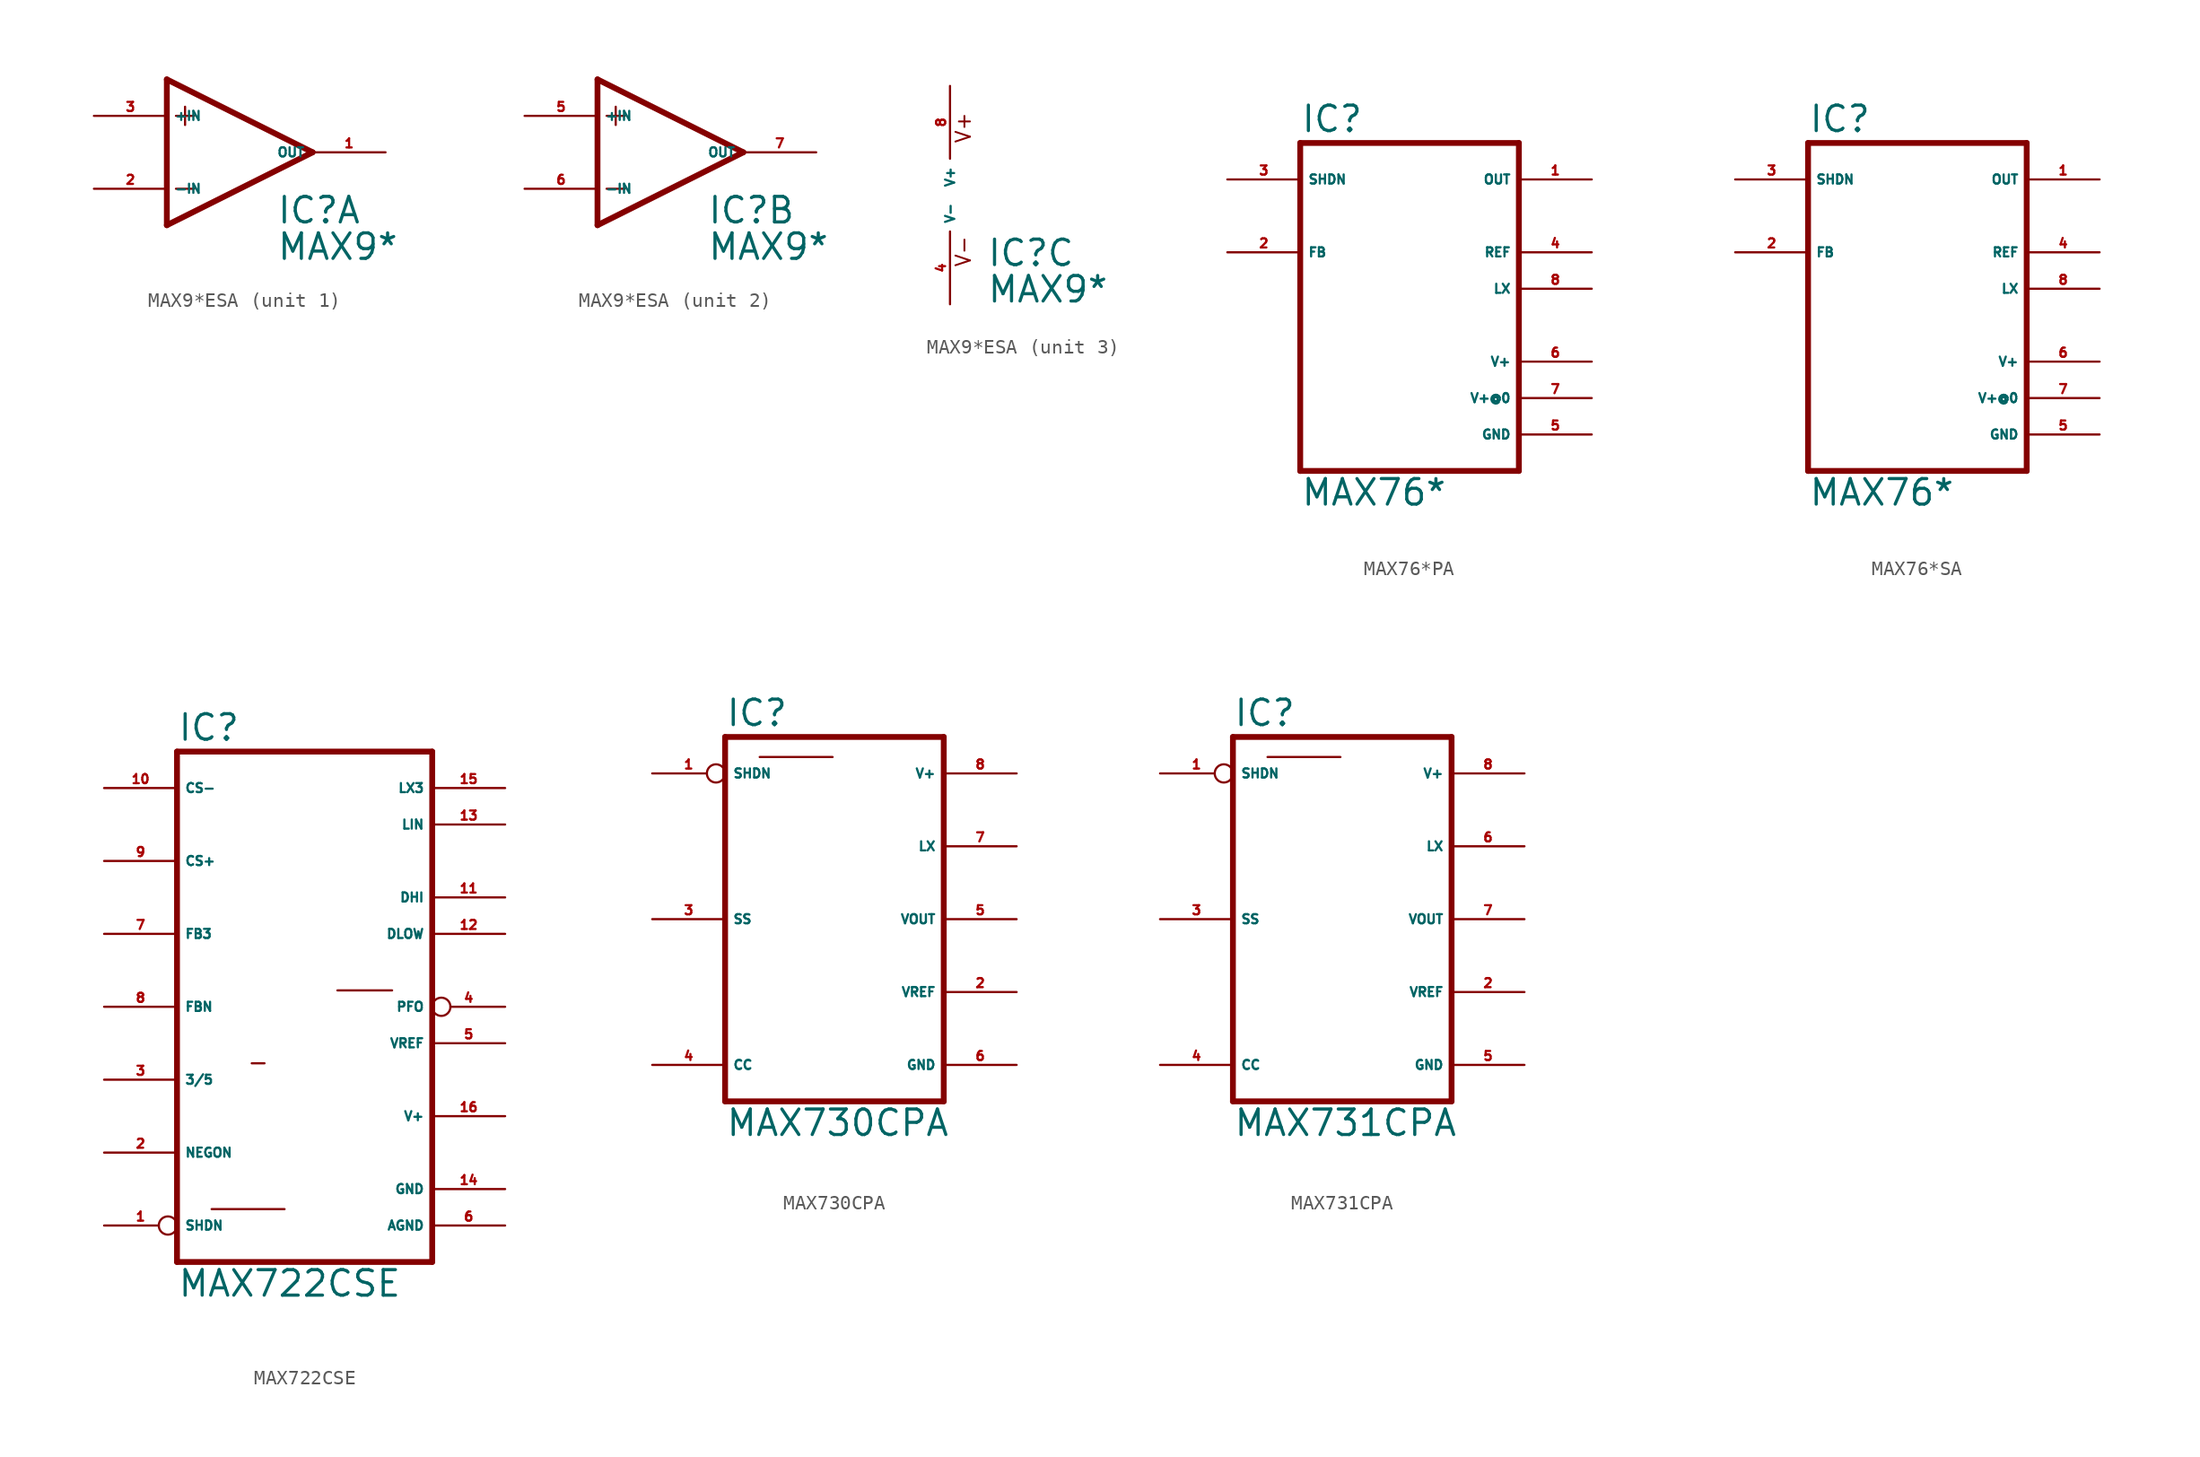
<source format=kicad_sym>
(kicad_symbol_lib
  (version 20220914)
  (generator Eagle2Kicad)
  (symbol "MAX9*ESA"
    (property "Reference" "IC"
      (at 2.54 -5.08 0)
      (effects (font (size 1.778 1.778) (thickness 0.22)) (justify left bottom)))
    (property "Value" "MAX9*"
      (at 2.54 -7.62 0)
      (effects (font (size 1.778 1.778) (thickness 0.22)) (justify left bottom)))
    (symbol "MAX9*ESA_1_0"
      (polyline (pts (xy -3.81 3.175) (xy -3.81 1.905)) (stroke (width 0.152) (type default)) (fill (type none)))
      (polyline (pts (xy -4.445 2.54) (xy -3.175 2.54)) (stroke (width 0.152) (type default)) (fill (type none)))
      (polyline (pts (xy -4.445 -2.54) (xy -3.175 -2.54)) (stroke (width 0.152) (type default)) (fill (type none)))
      (polyline (pts (xy -5.08 5.08) (xy -5.08 -5.08)) (stroke (width 0.406) (type default)) (fill (type none)))
      (polyline (pts (xy 5.08 0) (xy -5.08 5.08)) (stroke (width 0.406) (type default)) (fill (type none)))
      (polyline (pts (xy -5.08 -5.08) (xy 5.08 0)) (stroke (width 0.406) (type default)) (fill (type none)))
      (pin input line (at -10.16 -2.54 0) (length 5.08) (name "-IN" (effects (font (size 0.635 0.635) (thickness 0.08)) (justify left bottom))) (number "2" (effects (font (size 0.635 0.635) (thickness 0.08)) (justify left bottom))))
      (pin input line (at -10.16 2.54 0) (length 5.08) (name "+IN" (effects (font (size 0.635 0.635) (thickness 0.08)) (justify left bottom))) (number "3" (effects (font (size 0.635 0.635) (thickness 0.08)) (justify left bottom))))
      (pin output line (at 10.16 0 180) (length 5.08) (name "OUT" (effects (font (size 0.635 0.635) (thickness 0.08)) (justify left bottom))) (number "1" (effects (font (size 0.635 0.635) (thickness 0.08)) (justify left bottom)))))
    (symbol "MAX9*ESA_2_0"
      (polyline (pts (xy -3.81 3.175) (xy -3.81 1.905)) (stroke (width 0.152) (type default)) (fill (type none)))
      (polyline (pts (xy -4.445 2.54) (xy -3.175 2.54)) (stroke (width 0.152) (type default)) (fill (type none)))
      (polyline (pts (xy -4.445 -2.54) (xy -3.175 -2.54)) (stroke (width 0.152) (type default)) (fill (type none)))
      (polyline (pts (xy -5.08 5.08) (xy -5.08 -5.08)) (stroke (width 0.406) (type default)) (fill (type none)))
      (polyline (pts (xy 5.08 0) (xy -5.08 5.08)) (stroke (width 0.406) (type default)) (fill (type none)))
      (polyline (pts (xy -5.08 -5.08) (xy 5.08 0)) (stroke (width 0.406) (type default)) (fill (type none)))
      (pin input line (at -10.16 -2.54 0) (length 5.08) (name "-IN" (effects (font (size 0.635 0.635) (thickness 0.08)) (justify left bottom))) (number "6" (effects (font (size 0.635 0.635) (thickness 0.08)) (justify left bottom))))
      (pin input line (at -10.16 2.54 0) (length 5.08) (name "+IN" (effects (font (size 0.635 0.635) (thickness 0.08)) (justify left bottom))) (number "5" (effects (font (size 0.635 0.635) (thickness 0.08)) (justify left bottom))))
      (pin output line (at 10.16 0 180) (length 5.08) (name "OUT" (effects (font (size 0.635 0.635) (thickness 0.08)) (justify left bottom))) (number "7" (effects (font (size 0.635 0.635) (thickness 0.08)) (justify left bottom)))))
    (symbol "MAX9*ESA_3_0"
      (text "V+" (at 1.524 3.556 900) (effects (font (size 1.016 1.016) (thickness 0.13)) (justify left bottom)))
      (text "V-" (at 1.524 -5.08 900) (effects (font (size 1.016 1.016) (thickness 0.13)) (justify left bottom)))
      (pin unspecified line (at 0 7.62 270) (length 5.08) (name "V+" (effects (font (size 0.635 0.635) (thickness 0.08)) (justify left bottom))) (number "8" (effects (font (size 0.635 0.635) (thickness 0.08)) (justify left bottom))))
      (pin unspecified line (at 0 -7.62 90) (length 5.08) (name "V-" (effects (font (size 0.635 0.635) (thickness 0.08)) (justify left bottom))) (number "4" (effects (font (size 0.635 0.635) (thickness 0.08)) (justify left bottom))))))
  (symbol "MAX76*PA"
    (property "Reference" "IC"
      (at -7.62 13.335 0)
      (effects (font (size 1.778 1.778) (thickness 0.22)) (justify left bottom)))
    (property "Value" "MAX76*"
      (at -7.62 -12.7 0)
      (effects (font (size 1.778 1.778) (thickness 0.22)) (justify left bottom)))
    (polyline
      (pts (xy -7.62 12.7) (xy 7.62 12.7))
      (stroke (width 0.406) (type default))
      (fill (type none)))
    (polyline
      (pts (xy 7.62 12.7) (xy 7.62 -10.16))
      (stroke (width 0.406) (type default))
      (fill (type none)))
    (polyline
      (pts (xy 7.62 -10.16) (xy -7.62 -10.16))
      (stroke (width 0.406) (type default))
      (fill (type none)))
    (polyline
      (pts (xy -7.62 -10.16) (xy -7.62 12.7))
      (stroke (width 0.406) (type default))
      (fill (type none)))
    (pin unspecified line
      (at 12.7 -2.54 180)
      (length 5.08)
      (name "V+" (effects (font (size 0.635 0.635) (thickness 0.08)) (justify left bottom)))
      (number "6" (effects (font (size 0.635 0.635) (thickness 0.08)) (justify left bottom))))
    (pin unspecified line
      (at 12.7 -5.08 180)
      (length 5.08)
      (name "V+@0" (effects (font (size 0.635 0.635) (thickness 0.08)) (justify left bottom)))
      (number "7" (effects (font (size 0.635 0.635) (thickness 0.08)) (justify left bottom))))
    (pin unspecified line
      (at 12.7 -7.62 180)
      (length 5.08)
      (name "GND" (effects (font (size 0.635 0.635) (thickness 0.08)) (justify left bottom)))
      (number "5" (effects (font (size 0.635 0.635) (thickness 0.08)) (justify left bottom))))
    (pin input line
      (at -12.7 10.16 0)
      (length 5.08)
      (name "SHDN" (effects (font (size 0.635 0.635) (thickness 0.08)) (justify left bottom)))
      (number "3" (effects (font (size 0.635 0.635) (thickness 0.08)) (justify left bottom))))
    (pin input line
      (at -12.7 5.08 0)
      (length 5.08)
      (name "FB" (effects (font (size 0.635 0.635) (thickness 0.08)) (justify left bottom)))
      (number "2" (effects (font (size 0.635 0.635) (thickness 0.08)) (justify left bottom))))
    (pin output line
      (at 12.7 2.54 180)
      (length 5.08)
      (name "LX" (effects (font (size 0.635 0.635) (thickness 0.08)) (justify left bottom)))
      (number "8" (effects (font (size 0.635 0.635) (thickness 0.08)) (justify left bottom))))
    (pin output line
      (at 12.7 10.16 180)
      (length 5.08)
      (name "OUT" (effects (font (size 0.635 0.635) (thickness 0.08)) (justify left bottom)))
      (number "1" (effects (font (size 0.635 0.635) (thickness 0.08)) (justify left bottom))))
    (pin output line
      (at 12.7 5.08 180)
      (length 5.08)
      (name "REF" (effects (font (size 0.635 0.635) (thickness 0.08)) (justify left bottom)))
      (number "4" (effects (font (size 0.635 0.635) (thickness 0.08)) (justify left bottom)))))
  (symbol "MAX76*SA"
    (property "Reference" "IC"
      (at -7.62 13.335 0)
      (effects (font (size 1.778 1.778) (thickness 0.22)) (justify left bottom)))
    (property "Value" "MAX76*"
      (at -7.62 -12.7 0)
      (effects (font (size 1.778 1.778) (thickness 0.22)) (justify left bottom)))
    (polyline
      (pts (xy -7.62 12.7) (xy 7.62 12.7))
      (stroke (width 0.406) (type default))
      (fill (type none)))
    (polyline
      (pts (xy 7.62 12.7) (xy 7.62 -10.16))
      (stroke (width 0.406) (type default))
      (fill (type none)))
    (polyline
      (pts (xy 7.62 -10.16) (xy -7.62 -10.16))
      (stroke (width 0.406) (type default))
      (fill (type none)))
    (polyline
      (pts (xy -7.62 -10.16) (xy -7.62 12.7))
      (stroke (width 0.406) (type default))
      (fill (type none)))
    (pin unspecified line
      (at 12.7 -2.54 180)
      (length 5.08)
      (name "V+" (effects (font (size 0.635 0.635) (thickness 0.08)) (justify left bottom)))
      (number "6" (effects (font (size 0.635 0.635) (thickness 0.08)) (justify left bottom))))
    (pin unspecified line
      (at 12.7 -5.08 180)
      (length 5.08)
      (name "V+@0" (effects (font (size 0.635 0.635) (thickness 0.08)) (justify left bottom)))
      (number "7" (effects (font (size 0.635 0.635) (thickness 0.08)) (justify left bottom))))
    (pin unspecified line
      (at 12.7 -7.62 180)
      (length 5.08)
      (name "GND" (effects (font (size 0.635 0.635) (thickness 0.08)) (justify left bottom)))
      (number "5" (effects (font (size 0.635 0.635) (thickness 0.08)) (justify left bottom))))
    (pin input line
      (at -12.7 10.16 0)
      (length 5.08)
      (name "SHDN" (effects (font (size 0.635 0.635) (thickness 0.08)) (justify left bottom)))
      (number "3" (effects (font (size 0.635 0.635) (thickness 0.08)) (justify left bottom))))
    (pin input line
      (at -12.7 5.08 0)
      (length 5.08)
      (name "FB" (effects (font (size 0.635 0.635) (thickness 0.08)) (justify left bottom)))
      (number "2" (effects (font (size 0.635 0.635) (thickness 0.08)) (justify left bottom))))
    (pin output line
      (at 12.7 2.54 180)
      (length 5.08)
      (name "LX" (effects (font (size 0.635 0.635) (thickness 0.08)) (justify left bottom)))
      (number "8" (effects (font (size 0.635 0.635) (thickness 0.08)) (justify left bottom))))
    (pin output line
      (at 12.7 10.16 180)
      (length 5.08)
      (name "OUT" (effects (font (size 0.635 0.635) (thickness 0.08)) (justify left bottom)))
      (number "1" (effects (font (size 0.635 0.635) (thickness 0.08)) (justify left bottom))))
    (pin output line
      (at 12.7 5.08 180)
      (length 5.08)
      (name "REF" (effects (font (size 0.635 0.635) (thickness 0.08)) (justify left bottom)))
      (number "4" (effects (font (size 0.635 0.635) (thickness 0.08)) (justify left bottom)))))
  (symbol "MAX722CSE"
    (property "Reference" "IC"
      (at -10.16 18.415 0)
      (effects (font (size 1.778 1.778) (thickness 0.22)) (justify left bottom)))
    (property "Value" "MAX722CSE"
      (at -10.16 -20.32 0)
      (effects (font (size 1.778 1.778) (thickness 0.22)) (justify left bottom)))
    (polyline
      (pts (xy 7.62 -17.78) (xy -10.16 -17.78))
      (stroke (width 0.406) (type default))
      (fill (type none)))
    (polyline
      (pts (xy -10.16 17.78) (xy -10.16 -17.78))
      (stroke (width 0.406) (type default))
      (fill (type none)))
    (polyline
      (pts (xy -10.16 17.78) (xy 7.62 17.78))
      (stroke (width 0.406) (type default))
      (fill (type none)))
    (polyline
      (pts (xy 7.62 -17.78) (xy 7.62 17.78))
      (stroke (width 0.406) (type default))
      (fill (type none)))
    (polyline
      (pts (xy -7.747 -14.097) (xy -2.667 -14.097))
      (stroke (width 0.152) (type default))
      (fill (type none)))
    (polyline
      (pts (xy -4.953 -3.937) (xy -4.064 -3.937))
      (stroke (width 0.152) (type default))
      (fill (type none)))
    (polyline
      (pts (xy 1.016 1.143) (xy 4.826 1.143))
      (stroke (width 0.152) (type default))
      (fill (type none)))
    (pin output line
      (at 12.7 -2.54 180)
      (length 5.08)
      (name "VREF" (effects (font (size 0.635 0.635) (thickness 0.08)) (justify left bottom)))
      (number "5" (effects (font (size 0.635 0.635) (thickness 0.08)) (justify left bottom))))
    (pin input line
      (at -15.24 -5.08 0)
      (length 5.08)
      (name "3/5" (effects (font (size 0.635 0.635) (thickness 0.08)) (justify left bottom)))
      (number "3" (effects (font (size 0.635 0.635) (thickness 0.08)) (justify left bottom))))
    (pin input line
      (at -15.24 -10.16 0)
      (length 5.08)
      (name "NEGON" (effects (font (size 0.635 0.635) (thickness 0.08)) (justify left bottom)))
      (number "2" (effects (font (size 0.635 0.635) (thickness 0.08)) (justify left bottom))))
    (pin input inverted
      (at -15.24 -15.24 0)
      (length 5.08)
      (name "SHDN" (effects (font (size 0.635 0.635) (thickness 0.08)) (justify left bottom)))
      (number "1" (effects (font (size 0.635 0.635) (thickness 0.08)) (justify left bottom))))
    (pin input line
      (at -15.24 10.16 0)
      (length 5.08)
      (name "CS+" (effects (font (size 0.635 0.635) (thickness 0.08)) (justify left bottom)))
      (number "9" (effects (font (size 0.635 0.635) (thickness 0.08)) (justify left bottom))))
    (pin input line
      (at -15.24 0 0)
      (length 5.08)
      (name "FBN" (effects (font (size 0.635 0.635) (thickness 0.08)) (justify left bottom)))
      (number "8" (effects (font (size 0.635 0.635) (thickness 0.08)) (justify left bottom))))
    (pin input line
      (at -15.24 5.08 0)
      (length 5.08)
      (name "FB3" (effects (font (size 0.635 0.635) (thickness 0.08)) (justify left bottom)))
      (number "7" (effects (font (size 0.635 0.635) (thickness 0.08)) (justify left bottom))))
    (pin output line
      (at 12.7 12.7 180)
      (length 5.08)
      (name "LIN" (effects (font (size 0.635 0.635) (thickness 0.08)) (justify left bottom)))
      (number "13" (effects (font (size 0.635 0.635) (thickness 0.08)) (justify left bottom))))
    (pin output line
      (at 12.7 5.08 180)
      (length 5.08)
      (name "DLOW" (effects (font (size 0.635 0.635) (thickness 0.08)) (justify left bottom)))
      (number "12" (effects (font (size 0.635 0.635) (thickness 0.08)) (justify left bottom))))
    (pin output line
      (at 12.7 7.62 180)
      (length 5.08)
      (name "DHI" (effects (font (size 0.635 0.635) (thickness 0.08)) (justify left bottom)))
      (number "11" (effects (font (size 0.635 0.635) (thickness 0.08)) (justify left bottom))))
    (pin output inverted
      (at 12.7 0 180)
      (length 5.08)
      (name "PFO" (effects (font (size 0.635 0.635) (thickness 0.08)) (justify left bottom)))
      (number "4" (effects (font (size 0.635 0.635) (thickness 0.08)) (justify left bottom))))
    (pin unspecified line
      (at 12.7 -12.7 180)
      (length 5.08)
      (name "GND" (effects (font (size 0.635 0.635) (thickness 0.08)) (justify left bottom)))
      (number "14" (effects (font (size 0.635 0.635) (thickness 0.08)) (justify left bottom))))
    (pin unspecified line
      (at 12.7 -15.24 180)
      (length 5.08)
      (name "AGND" (effects (font (size 0.635 0.635) (thickness 0.08)) (justify left bottom)))
      (number "6" (effects (font (size 0.635 0.635) (thickness 0.08)) (justify left bottom))))
    (pin unspecified line
      (at 12.7 -7.62 180)
      (length 5.08)
      (name "V+" (effects (font (size 0.635 0.635) (thickness 0.08)) (justify left bottom)))
      (number "16" (effects (font (size 0.635 0.635) (thickness 0.08)) (justify left bottom))))
    (pin input line
      (at -15.24 15.24 0)
      (length 5.08)
      (name "CS-" (effects (font (size 0.635 0.635) (thickness 0.08)) (justify left bottom)))
      (number "10" (effects (font (size 0.635 0.635) (thickness 0.08)) (justify left bottom))))
    (pin output line
      (at 12.7 15.24 180)
      (length 5.08)
      (name "LX3" (effects (font (size 0.635 0.635) (thickness 0.08)) (justify left bottom)))
      (number "15" (effects (font (size 0.635 0.635) (thickness 0.08)) (justify left bottom)))))
  (symbol "MAX730CPA"
    (property "Reference" "IC"
      (at -7.62 13.335 0)
      (effects (font (size 1.778 1.778) (thickness 0.22)) (justify left bottom)))
    (property "Value" "MAX730CPA"
      (at -7.62 -15.24 0)
      (effects (font (size 1.778 1.778) (thickness 0.22)) (justify left bottom)))
    (polyline
      (pts (xy 7.62 -12.7) (xy -7.62 -12.7))
      (stroke (width 0.406) (type default))
      (fill (type none)))
    (polyline
      (pts (xy -7.62 12.7) (xy -7.62 -12.7))
      (stroke (width 0.406) (type default))
      (fill (type none)))
    (polyline
      (pts (xy -7.62 12.7) (xy 7.62 12.7))
      (stroke (width 0.406) (type default))
      (fill (type none)))
    (polyline
      (pts (xy 7.62 -12.7) (xy 7.62 12.7))
      (stroke (width 0.406) (type default))
      (fill (type none)))
    (polyline
      (pts (xy -5.207 11.303) (xy -0.127 11.303))
      (stroke (width 0.152) (type default))
      (fill (type none)))
    (pin output line
      (at 12.7 -5.08 180)
      (length 5.08)
      (name "VREF" (effects (font (size 0.635 0.635) (thickness 0.08)) (justify left bottom)))
      (number "2" (effects (font (size 0.635 0.635) (thickness 0.08)) (justify left bottom))))
    (pin input line
      (at -12.7 -10.16 0)
      (length 5.08)
      (name "CC" (effects (font (size 0.635 0.635) (thickness 0.08)) (justify left bottom)))
      (number "4" (effects (font (size 0.635 0.635) (thickness 0.08)) (justify left bottom))))
    (pin input line
      (at -12.7 0 0)
      (length 5.08)
      (name "SS" (effects (font (size 0.635 0.635) (thickness 0.08)) (justify left bottom)))
      (number "3" (effects (font (size 0.635 0.635) (thickness 0.08)) (justify left bottom))))
    (pin input inverted
      (at -12.7 10.16 0)
      (length 5.08)
      (name "SHDN" (effects (font (size 0.635 0.635) (thickness 0.08)) (justify left bottom)))
      (number "1" (effects (font (size 0.635 0.635) (thickness 0.08)) (justify left bottom))))
    (pin output line
      (at 12.7 0 180)
      (length 5.08)
      (name "VOUT" (effects (font (size 0.635 0.635) (thickness 0.08)) (justify left bottom)))
      (number "5" (effects (font (size 0.635 0.635) (thickness 0.08)) (justify left bottom))))
    (pin unspecified line
      (at 12.7 -10.16 180)
      (length 5.08)
      (name "GND" (effects (font (size 0.635 0.635) (thickness 0.08)) (justify left bottom)))
      (number "6" (effects (font (size 0.635 0.635) (thickness 0.08)) (justify left bottom))))
    (pin unspecified line
      (at 12.7 10.16 180)
      (length 5.08)
      (name "V+" (effects (font (size 0.635 0.635) (thickness 0.08)) (justify left bottom)))
      (number "8" (effects (font (size 0.635 0.635) (thickness 0.08)) (justify left bottom))))
    (pin output line
      (at 12.7 5.08 180)
      (length 5.08)
      (name "LX" (effects (font (size 0.635 0.635) (thickness 0.08)) (justify left bottom)))
      (number "7" (effects (font (size 0.635 0.635) (thickness 0.08)) (justify left bottom)))))
  (symbol "MAX731CPA"
    (property "Reference" "IC"
      (at -7.62 13.335 0)
      (effects (font (size 1.778 1.778) (thickness 0.22)) (justify left bottom)))
    (property "Value" "MAX731CPA"
      (at -7.62 -15.24 0)
      (effects (font (size 1.778 1.778) (thickness 0.22)) (justify left bottom)))
    (polyline
      (pts (xy 7.62 -12.7) (xy -7.62 -12.7))
      (stroke (width 0.406) (type default))
      (fill (type none)))
    (polyline
      (pts (xy -7.62 12.7) (xy -7.62 -12.7))
      (stroke (width 0.406) (type default))
      (fill (type none)))
    (polyline
      (pts (xy -7.62 12.7) (xy 7.62 12.7))
      (stroke (width 0.406) (type default))
      (fill (type none)))
    (polyline
      (pts (xy 7.62 -12.7) (xy 7.62 12.7))
      (stroke (width 0.406) (type default))
      (fill (type none)))
    (polyline
      (pts (xy -5.207 11.303) (xy -0.127 11.303))
      (stroke (width 0.152) (type default))
      (fill (type none)))
    (pin output line
      (at 12.7 -5.08 180)
      (length 5.08)
      (name "VREF" (effects (font (size 0.635 0.635) (thickness 0.08)) (justify left bottom)))
      (number "2" (effects (font (size 0.635 0.635) (thickness 0.08)) (justify left bottom))))
    (pin input line
      (at -12.7 -10.16 0)
      (length 5.08)
      (name "CC" (effects (font (size 0.635 0.635) (thickness 0.08)) (justify left bottom)))
      (number "4" (effects (font (size 0.635 0.635) (thickness 0.08)) (justify left bottom))))
    (pin input line
      (at -12.7 0 0)
      (length 5.08)
      (name "SS" (effects (font (size 0.635 0.635) (thickness 0.08)) (justify left bottom)))
      (number "3" (effects (font (size 0.635 0.635) (thickness 0.08)) (justify left bottom))))
    (pin input inverted
      (at -12.7 10.16 0)
      (length 5.08)
      (name "SHDN" (effects (font (size 0.635 0.635) (thickness 0.08)) (justify left bottom)))
      (number "1" (effects (font (size 0.635 0.635) (thickness 0.08)) (justify left bottom))))
    (pin output line
      (at 12.7 0 180)
      (length 5.08)
      (name "VOUT" (effects (font (size 0.635 0.635) (thickness 0.08)) (justify left bottom)))
      (number "7" (effects (font (size 0.635 0.635) (thickness 0.08)) (justify left bottom))))
    (pin unspecified line
      (at 12.7 -10.16 180)
      (length 5.08)
      (name "GND" (effects (font (size 0.635 0.635) (thickness 0.08)) (justify left bottom)))
      (number "5" (effects (font (size 0.635 0.635) (thickness 0.08)) (justify left bottom))))
    (pin unspecified line
      (at 12.7 10.16 180)
      (length 5.08)
      (name "V+" (effects (font (size 0.635 0.635) (thickness 0.08)) (justify left bottom)))
      (number "8" (effects (font (size 0.635 0.635) (thickness 0.08)) (justify left bottom))))
    (pin output line
      (at 12.7 5.08 180)
      (length 5.08)
      (name "LX" (effects (font (size 0.635 0.635) (thickness 0.08)) (justify left bottom)))
      (number "6" (effects (font (size 0.635 0.635) (thickness 0.08)) (justify left bottom))))))
</source>
